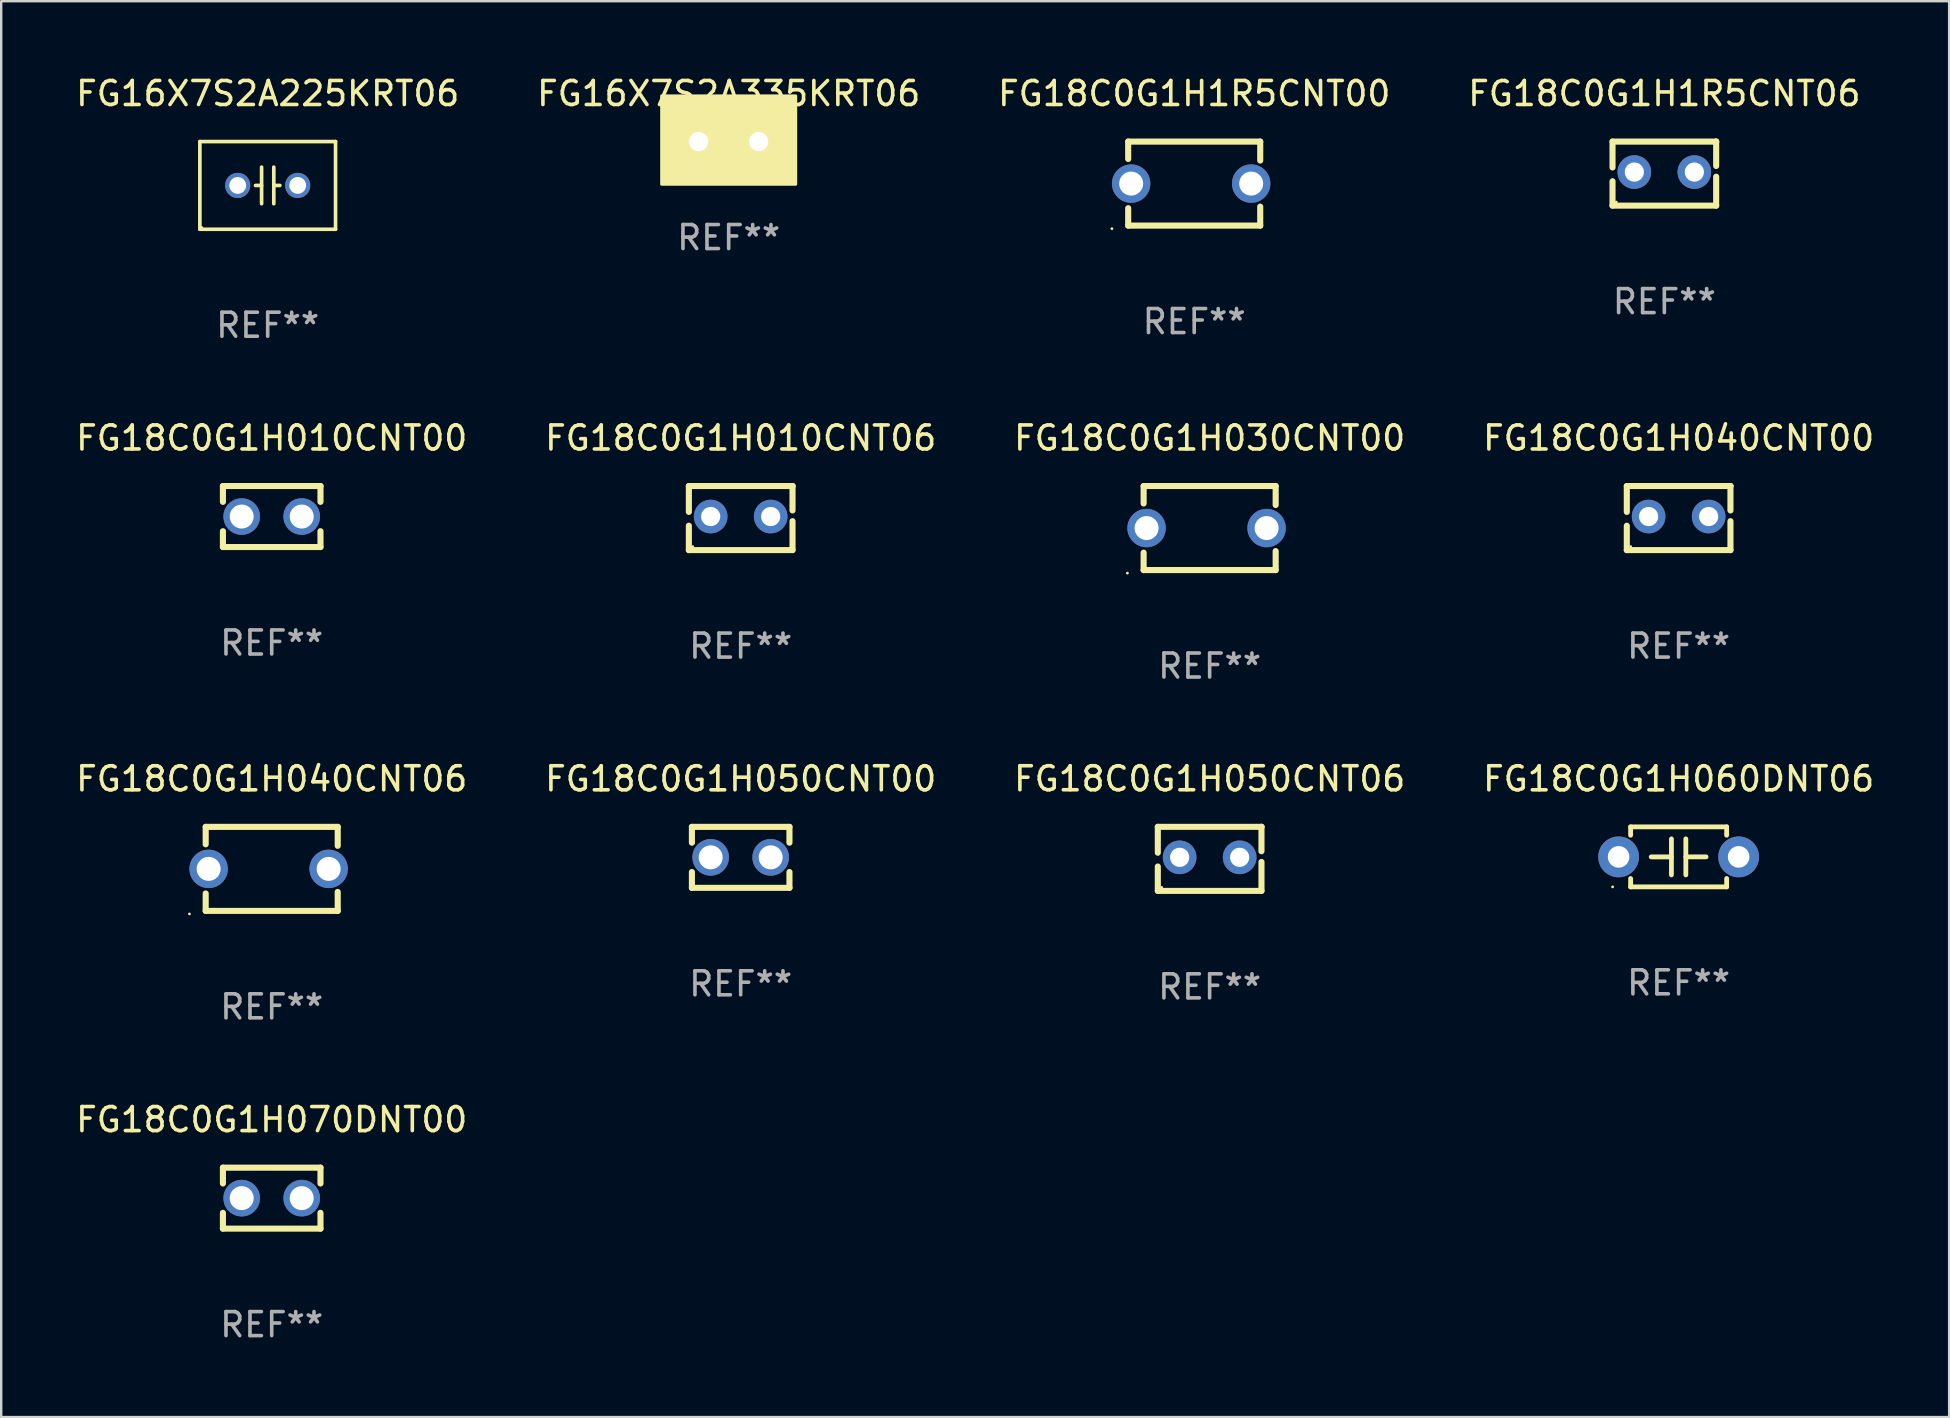
<source format=kicad_pcb>
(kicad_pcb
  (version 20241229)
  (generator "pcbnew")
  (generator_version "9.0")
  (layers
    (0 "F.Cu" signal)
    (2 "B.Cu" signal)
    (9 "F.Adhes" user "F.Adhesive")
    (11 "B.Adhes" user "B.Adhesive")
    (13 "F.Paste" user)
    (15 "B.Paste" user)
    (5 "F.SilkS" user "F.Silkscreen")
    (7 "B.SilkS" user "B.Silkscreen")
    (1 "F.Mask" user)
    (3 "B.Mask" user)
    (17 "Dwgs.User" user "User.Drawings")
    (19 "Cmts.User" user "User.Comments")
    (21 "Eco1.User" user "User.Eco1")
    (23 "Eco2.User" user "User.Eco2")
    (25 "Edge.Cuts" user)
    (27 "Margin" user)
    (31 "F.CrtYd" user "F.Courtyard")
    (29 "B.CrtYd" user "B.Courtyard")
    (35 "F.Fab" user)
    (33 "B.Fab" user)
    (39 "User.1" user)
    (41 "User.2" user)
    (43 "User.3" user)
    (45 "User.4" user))
  (footprint "FG18C0G1H050CNT06"
    (layer "F.Cu")
    (at 47.339 32.727)
    (property "Reference" "FG18C0G1H050CNT06" (at 0 -3.334 0) (layer "F.SilkS") (effects (font (size 1 1) (thickness 0.15))))
    (attr through_hole)
    (fp_line (start -2.159 -1.334) (end 2.159 -1.334) (stroke (width 0.254) (type solid)) (layer "F.SilkS"))
    (fp_line (start -2.159 -0.256) (end -2.159 -1.334) (stroke (width 0.254) (type solid)) (layer "F.SilkS"))
    (fp_line (start -2.159 1.334) (end -2.159 0.318) (stroke (width 0.254) (type solid)) (layer "F.SilkS"))
    (fp_line (start 2.159 -1.334) (end 2.159 -1.334) (stroke (width 0.254) (type solid)) (layer "F.SilkS"))
    (fp_line (start 2.159 -1.334) (end 2.159 -0.318) (stroke (width 0.254) (type solid)) (layer "F.SilkS"))
    (fp_line (start 2.159 0.129) (end 2.159 1.334) (stroke (width 0.254) (type solid)) (layer "F.SilkS"))
    (fp_line (start 2.159 1.334) (end -2.159 1.334) (stroke (width 0.254) (type solid)) (layer "F.SilkS"))
    (fp_circle (center -2 1.186) (end -1.97 1.186) (stroke (width 0.06) (type solid)) (fill no) (layer "F.SilkS"))
    (fp_text user "REF**" (at 0 5.334 0) (layer "F.Fab") (effects (font (size 1 1) (thickness 0.15))))
    (pad "1" thru_hole circle (at -1.25 -0.064) (size 1.4 1.4) (drill 0.8) (layers "*.Cu" "*.Mask"))
    (pad "2" thru_hole circle (at 1.25 -0.064) (size 1.4 1.4) (drill 0.8) (layers "*.Cu" "*.Mask")))
  (footprint "FG18C0G1H060DNT06"
    (layer "F.Cu")
    (at 66.875 32.644)
    (property "Reference" "FG18C0G1H060DNT06" (at 0 -3.25 0) (layer "F.SilkS") (effects (font (size 1 1) (thickness 0.15))))
    (attr through_hole)
    (fp_line (start -2 -1.25) (end -2 -0.901) (stroke (width 0.2) (type solid)) (layer "F.SilkS"))
    (fp_line (start -2 -1.25) (end 2 -1.25) (stroke (width 0.2) (type solid)) (layer "F.SilkS"))
    (fp_line (start -2 0.901) (end -2 1.25) (stroke (width 0.2) (type solid)) (layer "F.SilkS"))
    (fp_line (start -0.3 -0.75) (end -0.3 0.75) (stroke (width 0.2) (type solid)) (layer "F.SilkS"))
    (fp_line (start -0.3 0.001) (end -1.143 0.001) (stroke (width 0.2) (type solid)) (layer "F.SilkS"))
    (fp_line (start 0.3 -0.001) (end 1.143 -0.001) (stroke (width 0.2) (type solid)) (layer "F.SilkS"))
    (fp_line (start 0.3 0.75) (end 0.3 -0.75) (stroke (width 0.2) (type solid)) (layer "F.SilkS"))
    (fp_line (start 2 -1.25) (end 2 -0.901) (stroke (width 0.2) (type solid)) (layer "F.SilkS"))
    (fp_line (start 2 0.901) (end 2 1.25) (stroke (width 0.2) (type solid)) (layer "F.SilkS"))
    (fp_line (start 2 1.25) (end -2 1.25) (stroke (width 0.2) (type solid)) (layer "F.SilkS"))
    (fp_circle (center -2.75 1.25) (end -2.72 1.25) (stroke (width 0.06) (type solid)) (fill no) (layer "F.SilkS"))
    (fp_text user "REF**" (at 0 5.25 0) (layer "F.Fab") (effects (font (size 1 1) (thickness 0.15))))
    (pad "1" thru_hole circle (at -2.5 0) (size 1.7 1.7) (drill 0.9) (layers "*.Cu" "*.Mask"))
    (pad "2" thru_hole circle (at 2.5 0) (size 1.7 1.7) (drill 0.9) (layers "*.Cu" "*.Mask")))
  (footprint "FG18C0G1H010CNT06"
    (layer "F.Cu")
    (at 27.804 18.531)
    (property "Reference" "FG18C0G1H010CNT06" (at 0 -3.334 0) (layer "F.SilkS") (effects (font (size 1 1) (thickness 0.15))))
    (attr through_hole)
    (fp_line (start -2.159 -1.334) (end 2.159 -1.334) (stroke (width 0.254) (type solid)) (layer "F.SilkS"))
    (fp_line (start -2.159 -0.256) (end -2.159 -1.334) (stroke (width 0.254) (type solid)) (layer "F.SilkS"))
    (fp_line (start -2.159 1.334) (end -2.159 0.318) (stroke (width 0.254) (type solid)) (layer "F.SilkS"))
    (fp_line (start 2.159 -1.334) (end 2.159 -1.334) (stroke (width 0.254) (type solid)) (layer "F.SilkS"))
    (fp_line (start 2.159 -1.334) (end 2.159 -0.318) (stroke (width 0.254) (type solid)) (layer "F.SilkS"))
    (fp_line (start 2.159 0.129) (end 2.159 1.334) (stroke (width 0.254) (type solid)) (layer "F.SilkS"))
    (fp_line (start 2.159 1.334) (end -2.159 1.334) (stroke (width 0.254) (type solid)) (layer "F.SilkS"))
    (fp_circle (center -2 1.186) (end -1.97 1.186) (stroke (width 0.06) (type solid)) (fill no) (layer "F.SilkS"))
    (fp_text user "REF**" (at 0 5.334 0) (layer "F.Fab") (effects (font (size 1 1) (thickness 0.15))))
    (pad "1" thru_hole circle (at -1.25 -0.064) (size 1.4 1.4) (drill 0.8) (layers "*.Cu" "*.Mask"))
    (pad "2" thru_hole circle (at 1.25 -0.064) (size 1.4 1.4) (drill 0.8) (layers "*.Cu" "*.Mask")))
  (footprint "FG18C0G1H030CNT00"
    (layer "F.Cu")
    (at 47.339 18.947)
    (property "Reference" "FG18C0G1H030CNT00" (at 0 -3.75 0) (layer "F.SilkS") (effects (font (size 1 1) (thickness 0.15))))
    (attr through_hole)
    (fp_line (start -2.75 -1.75) (end -2.75 -1.024) (stroke (width 0.254) (type solid)) (layer "F.SilkS"))
    (fp_line (start -2.75 -1.75) (end 2.75 -1.75) (stroke (width 0.254) (type solid)) (layer "F.SilkS"))
    (fp_line (start -2.75 1.024) (end -2.75 1.75) (stroke (width 0.254) (type solid)) (layer "F.SilkS"))
    (fp_line (start 2.75 -1.75) (end 2.75 -0.96) (stroke (width 0.254) (type solid)) (layer "F.SilkS"))
    (fp_line (start 2.75 0.96) (end 2.75 1.75) (stroke (width 0.254) (type solid)) (layer "F.SilkS"))
    (fp_line (start 2.75 1.75) (end -2.75 1.75) (stroke (width 0.254) (type solid)) (layer "F.SilkS"))
    (fp_circle (center -3.427 1.877) (end -3.397 1.877) (stroke (width 0.06) (type solid)) (fill no) (layer "F.SilkS"))
    (fp_text user "REF**" (at 0 5.75 0) (layer "F.Fab") (effects (font (size 1 1) (thickness 0.15))))
    (pad "1" thru_hole circle (at -2.627 0) (size 1.6 1.6) (drill 1) (layers "*.Cu" "*.Mask"))
    (pad "2" thru_hole circle (at 2.373 0) (size 1.6 1.6) (drill 1) (layers "*.Cu" "*.Mask")))
  (footprint "FG18C0G1H010CNT00"
    (layer "F.Cu")
    (at 8.268 18.467)
    (property "Reference" "FG18C0G1H010CNT00" (at 0 -3.27 0) (layer "F.SilkS") (effects (font (size 1 1) (thickness 0.15))))
    (attr through_hole)
    (fp_line (start -2.032 -1.27) (end -2.032 -0.611) (stroke (width 0.254) (type solid)) (layer "F.SilkS"))
    (fp_line (start -2.032 0.611) (end -2.032 1.27) (stroke (width 0.254) (type solid)) (layer "F.SilkS"))
    (fp_line (start -2.032 1.27) (end 2.032 1.27) (stroke (width 0.254) (type solid)) (layer "F.SilkS"))
    (fp_line (start 2.032 -1.27) (end -2.032 -1.27) (stroke (width 0.254) (type solid)) (layer "F.SilkS"))
    (fp_line (start 2.032 -0.611) (end 2.032 -1.27) (stroke (width 0.254) (type solid)) (layer "F.SilkS"))
    (fp_line (start 2.032 1.27) (end 2.032 0.611) (stroke (width 0.254) (type solid)) (layer "F.SilkS"))
    (fp_circle (center -2 1.25) (end -1.97 1.25) (stroke (width 0.06) (type solid)) (fill no) (layer "F.SilkS"))
    (fp_text user "REF**" (at 0 5.27 0) (layer "F.Fab") (effects (font (size 1 1) (thickness 0.15))))
    (pad "1" thru_hole circle (at -1.25 0) (size 1.524 1.524) (drill 1) (layers "*.Cu" "*.Mask"))
    (pad "2" thru_hole circle (at 1.25 0) (size 1.524 1.524) (drill 1) (layers "*.Cu" "*.Mask")))
  (footprint "FG18C0G1H040CNT00"
    (layer "F.Cu")
    (at 66.875 18.531)
    (property "Reference" "FG18C0G1H040CNT00" (at 0 -3.334 0) (layer "F.SilkS") (effects (font (size 1 1) (thickness 0.15))))
    (attr through_hole)
    (fp_line (start -2.159 -1.334) (end 2.159 -1.334) (stroke (width 0.254) (type solid)) (layer "F.SilkS"))
    (fp_line (start -2.159 -0.256) (end -2.159 -1.334) (stroke (width 0.254) (type solid)) (layer "F.SilkS"))
    (fp_line (start -2.159 1.334) (end -2.159 0.318) (stroke (width 0.254) (type solid)) (layer "F.SilkS"))
    (fp_line (start 2.159 -1.334) (end 2.159 -1.334) (stroke (width 0.254) (type solid)) (layer "F.SilkS"))
    (fp_line (start 2.159 -1.334) (end 2.159 -0.318) (stroke (width 0.254) (type solid)) (layer "F.SilkS"))
    (fp_line (start 2.159 0.129) (end 2.159 1.334) (stroke (width 0.254) (type solid)) (layer "F.SilkS"))
    (fp_line (start 2.159 1.334) (end -2.159 1.334) (stroke (width 0.254) (type solid)) (layer "F.SilkS"))
    (fp_circle (center -2 1.186) (end -1.97 1.186) (stroke (width 0.06) (type solid)) (fill no) (layer "F.SilkS"))
    (fp_text user "REF**" (at 0 5.334 0) (layer "F.Fab") (effects (font (size 1 1) (thickness 0.15))))
    (pad "1" thru_hole circle (at -1.25 -0.064) (size 1.4 1.4) (drill 0.8) (layers "*.Cu" "*.Mask"))
    (pad "2" thru_hole circle (at 1.25 -0.064) (size 1.4 1.4) (drill 0.8) (layers "*.Cu" "*.Mask")))
  (footprint "FG18C0G1H050CNT00"
    (layer "F.Cu")
    (at 27.804 32.664)
    (property "Reference" "FG18C0G1H050CNT00" (at 0 -3.27 0) (layer "F.SilkS") (effects (font (size 1 1) (thickness 0.15))))
    (attr through_hole)
    (fp_line (start -2.032 -1.27) (end -2.032 -0.611) (stroke (width 0.254) (type solid)) (layer "F.SilkS"))
    (fp_line (start -2.032 0.611) (end -2.032 1.27) (stroke (width 0.254) (type solid)) (layer "F.SilkS"))
    (fp_line (start -2.032 1.27) (end 2.032 1.27) (stroke (width 0.254) (type solid)) (layer "F.SilkS"))
    (fp_line (start 2.032 -1.27) (end -2.032 -1.27) (stroke (width 0.254) (type solid)) (layer "F.SilkS"))
    (fp_line (start 2.032 -0.611) (end 2.032 -1.27) (stroke (width 0.254) (type solid)) (layer "F.SilkS"))
    (fp_line (start 2.032 1.27) (end 2.032 0.611) (stroke (width 0.254) (type solid)) (layer "F.SilkS"))
    (fp_circle (center -2 1.25) (end -1.97 1.25) (stroke (width 0.06) (type solid)) (fill no) (layer "F.SilkS"))
    (fp_text user "REF**" (at 0 5.27 0) (layer "F.Fab") (effects (font (size 1 1) (thickness 0.15))))
    (pad "1" thru_hole circle (at -1.25 0) (size 1.524 1.524) (drill 1) (layers "*.Cu" "*.Mask"))
    (pad "2" thru_hole circle (at 1.25 0) (size 1.524 1.524) (drill 1) (layers "*.Cu" "*.Mask")))
  (footprint "FG18C0G1H070DNT00"
    (layer "F.Cu")
    (at 8.268 46.86)
    (property "Reference" "FG18C0G1H070DNT00" (at 0 -3.27 0) (layer "F.SilkS") (effects (font (size 1 1) (thickness 0.15))))
    (attr through_hole)
    (fp_line (start -2.032 -1.27) (end -2.032 -0.611) (stroke (width 0.254) (type solid)) (layer "F.SilkS"))
    (fp_line (start -2.032 0.611) (end -2.032 1.27) (stroke (width 0.254) (type solid)) (layer "F.SilkS"))
    (fp_line (start -2.032 1.27) (end 2.032 1.27) (stroke (width 0.254) (type solid)) (layer "F.SilkS"))
    (fp_line (start 2.032 -1.27) (end -2.032 -1.27) (stroke (width 0.254) (type solid)) (layer "F.SilkS"))
    (fp_line (start 2.032 -0.611) (end 2.032 -1.27) (stroke (width 0.254) (type solid)) (layer "F.SilkS"))
    (fp_line (start 2.032 1.27) (end 2.032 0.611) (stroke (width 0.254) (type solid)) (layer "F.SilkS"))
    (fp_circle (center -2 1.25) (end -1.97 1.25) (stroke (width 0.06) (type solid)) (fill no) (layer "F.SilkS"))
    (fp_text user "REF**" (at 0 5.27 0) (layer "F.Fab") (effects (font (size 1 1) (thickness 0.15))))
    (pad "1" thru_hole circle (at -1.25 0) (size 1.524 1.524) (drill 1) (layers "*.Cu" "*.Mask"))
    (pad "2" thru_hole circle (at 1.25 0) (size 1.524 1.524) (drill 1) (layers "*.Cu" "*.Mask")))
  (footprint "FG18C0G1H1R5CNT06"
    (layer "F.Cu")
    (at 66.28 4.182)
    (property "Reference" "FG18C0G1H1R5CNT06" (at 0 -3.334 0) (layer "F.SilkS") (effects (font (size 1 1) (thickness 0.15))))
    (attr through_hole)
    (fp_line (start -2.159 -1.334) (end 2.159 -1.334) (stroke (width 0.254) (type solid)) (layer "F.SilkS"))
    (fp_line (start -2.159 -0.256) (end -2.159 -1.334) (stroke (width 0.254) (type solid)) (layer "F.SilkS"))
    (fp_line (start -2.159 1.334) (end -2.159 0.318) (stroke (width 0.254) (type solid)) (layer "F.SilkS"))
    (fp_line (start 2.159 -1.334) (end 2.159 -1.334) (stroke (width 0.254) (type solid)) (layer "F.SilkS"))
    (fp_line (start 2.159 -1.334) (end 2.159 -0.318) (stroke (width 0.254) (type solid)) (layer "F.SilkS"))
    (fp_line (start 2.159 0.129) (end 2.159 1.334) (stroke (width 0.254) (type solid)) (layer "F.SilkS"))
    (fp_line (start 2.159 1.334) (end -2.159 1.334) (stroke (width 0.254) (type solid)) (layer "F.SilkS"))
    (fp_circle (center -2 1.186) (end -1.97 1.186) (stroke (width 0.06) (type solid)) (fill no) (layer "F.SilkS"))
    (fp_text user "REF**" (at 0 5.334 0) (layer "F.Fab") (effects (font (size 1 1) (thickness 0.15))))
    (pad "1" thru_hole circle (at -1.25 -0.064) (size 1.4 1.4) (drill 0.8) (layers "*.Cu" "*.Mask"))
    (pad "2" thru_hole circle (at 1.25 -0.064) (size 1.4 1.4) (drill 0.8) (layers "*.Cu" "*.Mask")))
  (footprint "FG16X7S2A225KRT06"
    (layer "F.Cu")
    (at 8.101 4.674)
    (property "Reference" "FG16X7S2A225KRT06" (at 0 -3.826 0) (layer "F.SilkS") (effects (font (size 1 1) (thickness 0.15))))
    (attr through_hole)
    (fp_line (start -2.826 -1.826) (end 2.826 -1.826) (stroke (width 0.152) (type solid)) (layer "F.SilkS"))
    (fp_line (start -2.826 1.826) (end -2.826 -1.826) (stroke (width 0.152) (type solid)) (layer "F.SilkS"))
    (fp_line (start -0.254 -0.762) (end -0.254 0.762) (stroke (width 0.152) (type solid)) (layer "F.SilkS"))
    (fp_line (start -0.254 0.001) (end -0.508 0.001) (stroke (width 0.152) (type solid)) (layer "F.SilkS"))
    (fp_line (start 0.254 0.001) (end 0.508 0.001) (stroke (width 0.152) (type solid)) (layer "F.SilkS"))
    (fp_line (start 0.254 0.762) (end 0.254 -0.762) (stroke (width 0.152) (type solid)) (layer "F.SilkS"))
    (fp_line (start 2.826 -1.826) (end 2.826 1.826) (stroke (width 0.152) (type solid)) (layer "F.SilkS"))
    (fp_line (start 2.826 1.826) (end -2.826 1.826) (stroke (width 0.152) (type solid)) (layer "F.SilkS"))
    (fp_circle (center -2.75 1.75) (end -2.72 1.75) (stroke (width 0.06) (type solid)) (fill no) (layer "F.SilkS"))
    (fp_text user "REF**" (at 0 5.826 0) (layer "F.Fab") (effects (font (size 1 1) (thickness 0.15))))
    (pad "1" thru_hole circle (at -1.25 -0.000013) (size 1.05 1.05) (drill 0.7) (layers "*.Cu" "*.Mask"))
    (pad "2" thru_hole circle (at 1.25 -0.000013) (size 1.05 1.05) (drill 0.7) (layers "*.Cu" "*.Mask")))
  (footprint "FG18C0G1H040CNT06"
    (layer "F.Cu")
    (at 8.268 33.144)
    (property "Reference" "FG18C0G1H040CNT06" (at 0 -3.75 0) (layer "F.SilkS") (effects (font (size 1 1) (thickness 0.15))))
    (attr through_hole)
    (fp_line (start -2.75 -1.75) (end -2.75 -1.024) (stroke (width 0.254) (type solid)) (layer "F.SilkS"))
    (fp_line (start -2.75 -1.75) (end 2.75 -1.75) (stroke (width 0.254) (type solid)) (layer "F.SilkS"))
    (fp_line (start -2.75 1.024) (end -2.75 1.75) (stroke (width 0.254) (type solid)) (layer "F.SilkS"))
    (fp_line (start 2.75 -1.75) (end 2.75 -0.96) (stroke (width 0.254) (type solid)) (layer "F.SilkS"))
    (fp_line (start 2.75 0.96) (end 2.75 1.75) (stroke (width 0.254) (type solid)) (layer "F.SilkS"))
    (fp_line (start 2.75 1.75) (end -2.75 1.75) (stroke (width 0.254) (type solid)) (layer "F.SilkS"))
    (fp_circle (center -3.427 1.877) (end -3.397 1.877) (stroke (width 0.06) (type solid)) (fill no) (layer "F.SilkS"))
    (fp_text user "REF**" (at 0 5.75 0) (layer "F.Fab") (effects (font (size 1 1) (thickness 0.15))))
    (pad "1" thru_hole circle (at -2.627 0) (size 1.6 1.6) (drill 1) (layers "*.Cu" "*.Mask"))
    (pad "2" thru_hole circle (at 2.373 0) (size 1.6 1.6) (drill 1) (layers "*.Cu" "*.Mask")))
  (footprint "FG16X7S2A335KRT06"
    (layer "F.Cu")
    (at 27.304 2.848)
    (property "Reference" "FG16X7S2A335KRT06" (at 0 -2 0) (layer "F.SilkS") (effects (font (size 1 1) (thickness 0.15))))
    (attr through_hole)
    (fp_circle (center -2.75 1.75) (end -2.72 1.75) (stroke (width 0.06) (type solid)) (fill no) (layer "F.SilkS"))
    (fp_poly (pts (xy -2.794 -1.905) (xy 2.794 -1.905) (xy 2.794 1.778) (xy -2.794 1.778)) (stroke (width 0.12) (type solid)) (fill yes) (layer "F.SilkS"))
    (fp_text user "REF**" (at 0 4 0) (layer "F.Fab") (effects (font (size 1 1) (thickness 0.15))))
    (pad "1" thru_hole circle (at -1.25 0) (size 1.2 1.2) (drill 0.8) (layers "*.Cu" "*.Mask"))
    (pad "2" thru_hole circle (at 1.25 0) (size 1.2 1.2) (drill 0.8) (layers "*.Cu" "*.Mask")))
  (footprint "FG18C0G1H1R5CNT00"
    (layer "F.Cu")
    (at 46.696 4.598)
    (property "Reference" "FG18C0G1H1R5CNT00" (at 0 -3.75 0) (layer "F.SilkS") (effects (font (size 1 1) (thickness 0.15))))
    (attr through_hole)
    (fp_line (start -2.75 -1.75) (end -2.75 -1.024) (stroke (width 0.254) (type solid)) (layer "F.SilkS"))
    (fp_line (start -2.75 -1.75) (end 2.75 -1.75) (stroke (width 0.254) (type solid)) (layer "F.SilkS"))
    (fp_line (start -2.75 1.024) (end -2.75 1.75) (stroke (width 0.254) (type solid)) (layer "F.SilkS"))
    (fp_line (start 2.75 -1.75) (end 2.75 -0.96) (stroke (width 0.254) (type solid)) (layer "F.SilkS"))
    (fp_line (start 2.75 0.96) (end 2.75 1.75) (stroke (width 0.254) (type solid)) (layer "F.SilkS"))
    (fp_line (start 2.75 1.75) (end -2.75 1.75) (stroke (width 0.254) (type solid)) (layer "F.SilkS"))
    (fp_circle (center -3.427 1.877) (end -3.397 1.877) (stroke (width 0.06) (type solid)) (fill no) (layer "F.SilkS"))
    (fp_text user "REF**" (at 0 5.75 0) (layer "F.Fab") (effects (font (size 1 1) (thickness 0.15))))
    (pad "1" thru_hole circle (at -2.627 0) (size 1.6 1.6) (drill 1) (layers "*.Cu" "*.Mask"))
    (pad "2" thru_hole circle (at 2.373 0) (size 1.6 1.6) (drill 1) (layers "*.Cu" "*.Mask")))
  (gr_rect
    (start -3 -3)
    (end 78.143 55.979)
    (stroke (width 0.1) (type default))
    (fill no)
    (layer "Edge.Cuts")))
</source>
